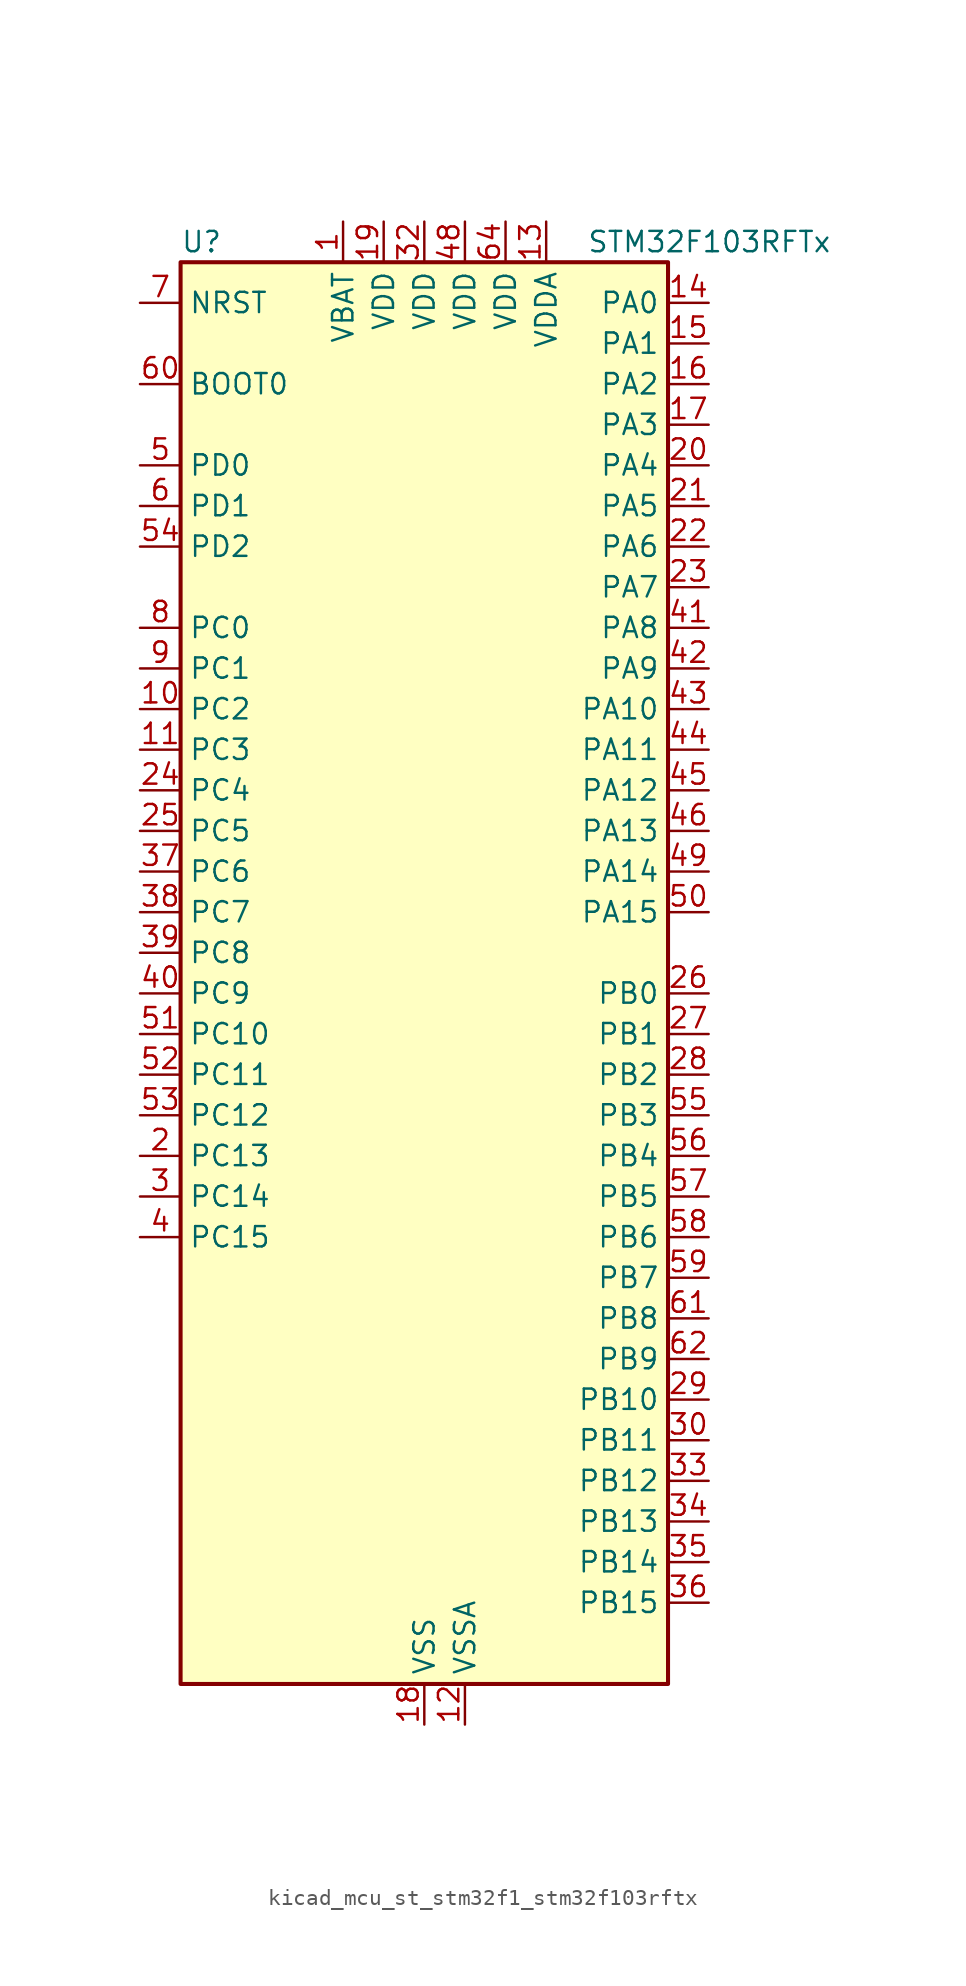
<source format=kicad_sym>
(kicad_symbol_lib
  (version 20220914)
  (generator kicad_symbol_editor)
  (symbol "kicad_mcu_st_stm32f1_stm32f103rftx"
    (property "Reference" "U"
      (at -15.24 46.99 0)
      (effects (font (size 1.27 1.27)) (justify left)))
    (property "Value" "STM32F103RFTx"
      (at 10.16 46.99 0)
      (effects (font (size 1.27 1.27)) (justify left)))
    (property "ki_locked" ""
      (at 0 0 0)
      (effects (font (size 1.27 1.27))))
    (symbol "kicad_mcu_st_stm32f1_stm32f103rftx_0_1"
      (rectangle (start -15.24 -43.18) (end 15.24 45.72) (stroke (width 0.254) (type default)) (fill (type background))))
    (symbol "kicad_mcu_st_stm32f1_stm32f103rftx_1_1"
      (pin power_in line (at -5.08 48.26 270) (length 2.54) (name "VBAT" (effects (font (size 1.27 1.27)))) (number "1" (effects (font (size 1.27 1.27)))))
      (pin bidirectional line (at -17.78 17.78 0) (length 2.54) (name "PC2" (effects (font (size 1.27 1.27)))) (number "10" (effects (font (size 1.27 1.27)))) (alternate "ADC1_IN12" bidirectional line) (alternate "ADC2_IN12" bidirectional line) (alternate "ADC3_IN12" bidirectional line))
      (pin bidirectional line (at -17.78 15.24 0) (length 2.54) (name "PC3" (effects (font (size 1.27 1.27)))) (number "11" (effects (font (size 1.27 1.27)))) (alternate "ADC1_IN13" bidirectional line) (alternate "ADC2_IN13" bidirectional line) (alternate "ADC3_IN13" bidirectional line))
      (pin power_in line (at 2.54 -45.72 90) (length 2.54) (name "VSSA" (effects (font (size 1.27 1.27)))) (number "12" (effects (font (size 1.27 1.27)))))
      (pin power_in line (at 7.62 48.26 270) (length 2.54) (name "VDDA" (effects (font (size 1.27 1.27)))) (number "13" (effects (font (size 1.27 1.27)))))
      (pin bidirectional line (at 17.78 43.18 180) (length 2.54) (name "PA0" (effects (font (size 1.27 1.27)))) (number "14" (effects (font (size 1.27 1.27)))) (alternate "ADC1_IN0" bidirectional line) (alternate "ADC2_IN0" bidirectional line) (alternate "ADC3_IN0" bidirectional line) (alternate "SYS_WKUP" bidirectional line) (alternate "TIM2_CH1" bidirectional line) (alternate "TIM2_ETR" bidirectional line) (alternate "TIM5_CH1" bidirectional line) (alternate "TIM8_ETR" bidirectional line) (alternate "USART2_CTS" bidirectional line))
      (pin bidirectional line (at 17.78 40.64 180) (length 2.54) (name "PA1" (effects (font (size 1.27 1.27)))) (number "15" (effects (font (size 1.27 1.27)))) (alternate "ADC1_IN1" bidirectional line) (alternate "ADC2_IN1" bidirectional line) (alternate "ADC3_IN1" bidirectional line) (alternate "TIM2_CH2" bidirectional line) (alternate "TIM5_CH2" bidirectional line) (alternate "USART2_RTS" bidirectional line))
      (pin bidirectional line (at 17.78 38.1 180) (length 2.54) (name "PA2" (effects (font (size 1.27 1.27)))) (number "16" (effects (font (size 1.27 1.27)))) (alternate "ADC1_IN2" bidirectional line) (alternate "ADC2_IN2" bidirectional line) (alternate "ADC3_IN2" bidirectional line) (alternate "TIM2_CH3" bidirectional line) (alternate "TIM5_CH3" bidirectional line) (alternate "TIM9_CH1" bidirectional line) (alternate "USART2_TX" bidirectional line))
      (pin bidirectional line (at 17.78 35.56 180) (length 2.54) (name "PA3" (effects (font (size 1.27 1.27)))) (number "17" (effects (font (size 1.27 1.27)))) (alternate "ADC1_IN3" bidirectional line) (alternate "ADC2_IN3" bidirectional line) (alternate "ADC3_IN3" bidirectional line) (alternate "TIM2_CH4" bidirectional line) (alternate "TIM5_CH4" bidirectional line) (alternate "TIM9_CH2" bidirectional line) (alternate "USART2_RX" bidirectional line))
      (pin power_in line (at 0 -45.72 90) (length 2.54) (name "VSS" (effects (font (size 1.27 1.27)))) (number "18" (effects (font (size 1.27 1.27)))))
      (pin power_in line (at -2.54 48.26 270) (length 2.54) (name "VDD" (effects (font (size 1.27 1.27)))) (number "19" (effects (font (size 1.27 1.27)))))
      (pin bidirectional line (at -17.78 -10.16 0) (length 2.54) (name "PC13" (effects (font (size 1.27 1.27)))) (number "2" (effects (font (size 1.27 1.27)))) (alternate "RTC_OUT" bidirectional line) (alternate "RTC_TAMPER" bidirectional line))
      (pin bidirectional line (at 17.78 33.02 180) (length 2.54) (name "PA4" (effects (font (size 1.27 1.27)))) (number "20" (effects (font (size 1.27 1.27)))) (alternate "ADC1_IN4" bidirectional line) (alternate "ADC2_IN4" bidirectional line) (alternate "DAC_OUT1" bidirectional line) (alternate "SPI1_NSS" bidirectional line) (alternate "USART2_CK" bidirectional line))
      (pin bidirectional line (at 17.78 30.48 180) (length 2.54) (name "PA5" (effects (font (size 1.27 1.27)))) (number "21" (effects (font (size 1.27 1.27)))) (alternate "ADC1_IN5" bidirectional line) (alternate "ADC2_IN5" bidirectional line) (alternate "DAC_OUT2" bidirectional line) (alternate "SPI1_SCK" bidirectional line))
      (pin bidirectional line (at 17.78 27.94 180) (length 2.54) (name "PA6" (effects (font (size 1.27 1.27)))) (number "22" (effects (font (size 1.27 1.27)))) (alternate "ADC1_IN6" bidirectional line) (alternate "ADC2_IN6" bidirectional line) (alternate "SPI1_MISO" bidirectional line) (alternate "TIM13_CH1" bidirectional line) (alternate "TIM1_BKIN" bidirectional line) (alternate "TIM3_CH1" bidirectional line) (alternate "TIM8_BKIN" bidirectional line))
      (pin bidirectional line (at 17.78 25.4 180) (length 2.54) (name "PA7" (effects (font (size 1.27 1.27)))) (number "23" (effects (font (size 1.27 1.27)))) (alternate "ADC1_IN7" bidirectional line) (alternate "ADC2_IN7" bidirectional line) (alternate "SPI1_MOSI" bidirectional line) (alternate "TIM14_CH1" bidirectional line) (alternate "TIM1_CH1N" bidirectional line) (alternate "TIM3_CH2" bidirectional line) (alternate "TIM8_CH1N" bidirectional line))
      (pin bidirectional line (at -17.78 12.7 0) (length 2.54) (name "PC4" (effects (font (size 1.27 1.27)))) (number "24" (effects (font (size 1.27 1.27)))) (alternate "ADC1_IN14" bidirectional line) (alternate "ADC2_IN14" bidirectional line))
      (pin bidirectional line (at -17.78 10.16 0) (length 2.54) (name "PC5" (effects (font (size 1.27 1.27)))) (number "25" (effects (font (size 1.27 1.27)))) (alternate "ADC1_IN15" bidirectional line) (alternate "ADC2_IN15" bidirectional line))
      (pin bidirectional line (at 17.78 0 180) (length 2.54) (name "PB0" (effects (font (size 1.27 1.27)))) (number "26" (effects (font (size 1.27 1.27)))) (alternate "ADC1_IN8" bidirectional line) (alternate "ADC2_IN8" bidirectional line) (alternate "TIM1_CH2N" bidirectional line) (alternate "TIM3_CH3" bidirectional line) (alternate "TIM8_CH2N" bidirectional line))
      (pin bidirectional line (at 17.78 -2.54 180) (length 2.54) (name "PB1" (effects (font (size 1.27 1.27)))) (number "27" (effects (font (size 1.27 1.27)))) (alternate "ADC1_IN9" bidirectional line) (alternate "ADC2_IN9" bidirectional line) (alternate "TIM1_CH3N" bidirectional line) (alternate "TIM3_CH4" bidirectional line) (alternate "TIM8_CH3N" bidirectional line))
      (pin bidirectional line (at 17.78 -5.08 180) (length 2.54) (name "PB2" (effects (font (size 1.27 1.27)))) (number "28" (effects (font (size 1.27 1.27)))))
      (pin bidirectional line (at 17.78 -25.4 180) (length 2.54) (name "PB10" (effects (font (size 1.27 1.27)))) (number "29" (effects (font (size 1.27 1.27)))) (alternate "I2C2_SCL" bidirectional line) (alternate "TIM2_CH3" bidirectional line) (alternate "USART3_TX" bidirectional line))
      (pin bidirectional line (at -17.78 -12.7 0) (length 2.54) (name "PC14" (effects (font (size 1.27 1.27)))) (number "3" (effects (font (size 1.27 1.27)))) (alternate "RCC_OSC32_IN" bidirectional line))
      (pin bidirectional line (at 17.78 -27.94 180) (length 2.54) (name "PB11" (effects (font (size 1.27 1.27)))) (number "30" (effects (font (size 1.27 1.27)))) (alternate "ADC1_EXTI11" bidirectional line) (alternate "ADC2_EXTI11" bidirectional line) (alternate "I2C2_SDA" bidirectional line) (alternate "TIM2_CH4" bidirectional line) (alternate "USART3_RX" bidirectional line))
      (pin passive line (at 0 -45.72 90) (length 2.54) hide (name "VSS" (effects (font (size 1.27 1.27)))) (number "31" (effects (font (size 1.27 1.27)))))
      (pin power_in line (at 0 48.26 270) (length 2.54) (name "VDD" (effects (font (size 1.27 1.27)))) (number "32" (effects (font (size 1.27 1.27)))))
      (pin bidirectional line (at 17.78 -30.48 180) (length 2.54) (name "PB12" (effects (font (size 1.27 1.27)))) (number "33" (effects (font (size 1.27 1.27)))) (alternate "I2C2_SMBA" bidirectional line) (alternate "I2S2_WS" bidirectional line) (alternate "SPI2_NSS" bidirectional line) (alternate "TIM1_BKIN" bidirectional line) (alternate "USART3_CK" bidirectional line))
      (pin bidirectional line (at 17.78 -33.02 180) (length 2.54) (name "PB13" (effects (font (size 1.27 1.27)))) (number "34" (effects (font (size 1.27 1.27)))) (alternate "I2S2_CK" bidirectional line) (alternate "SPI2_SCK" bidirectional line) (alternate "TIM1_CH1N" bidirectional line) (alternate "USART3_CTS" bidirectional line))
      (pin bidirectional line (at 17.78 -35.56 180) (length 2.54) (name "PB14" (effects (font (size 1.27 1.27)))) (number "35" (effects (font (size 1.27 1.27)))) (alternate "SPI2_MISO" bidirectional line) (alternate "TIM12_CH1" bidirectional line) (alternate "TIM1_CH2N" bidirectional line) (alternate "USART3_RTS" bidirectional line))
      (pin bidirectional line (at 17.78 -38.1 180) (length 2.54) (name "PB15" (effects (font (size 1.27 1.27)))) (number "36" (effects (font (size 1.27 1.27)))) (alternate "ADC1_EXTI15" bidirectional line) (alternate "ADC2_EXTI15" bidirectional line) (alternate "I2S2_SD" bidirectional line) (alternate "SPI2_MOSI" bidirectional line) (alternate "TIM12_CH2" bidirectional line) (alternate "TIM1_CH3N" bidirectional line))
      (pin bidirectional line (at -17.78 7.62 0) (length 2.54) (name "PC6" (effects (font (size 1.27 1.27)))) (number "37" (effects (font (size 1.27 1.27)))) (alternate "I2S2_MCK" bidirectional line) (alternate "SDIO_D6" bidirectional line) (alternate "TIM3_CH1" bidirectional line) (alternate "TIM8_CH1" bidirectional line))
      (pin bidirectional line (at -17.78 5.08 0) (length 2.54) (name "PC7" (effects (font (size 1.27 1.27)))) (number "38" (effects (font (size 1.27 1.27)))) (alternate "I2S3_MCK" bidirectional line) (alternate "SDIO_D7" bidirectional line) (alternate "TIM3_CH2" bidirectional line) (alternate "TIM8_CH2" bidirectional line))
      (pin bidirectional line (at -17.78 2.54 0) (length 2.54) (name "PC8" (effects (font (size 1.27 1.27)))) (number "39" (effects (font (size 1.27 1.27)))) (alternate "SDIO_D0" bidirectional line) (alternate "TIM3_CH3" bidirectional line) (alternate "TIM8_CH3" bidirectional line))
      (pin bidirectional line (at -17.78 -15.24 0) (length 2.54) (name "PC15" (effects (font (size 1.27 1.27)))) (number "4" (effects (font (size 1.27 1.27)))) (alternate "ADC1_EXTI15" bidirectional line) (alternate "ADC2_EXTI15" bidirectional line) (alternate "RCC_OSC32_OUT" bidirectional line))
      (pin bidirectional line (at -17.78 0 0) (length 2.54) (name "PC9" (effects (font (size 1.27 1.27)))) (number "40" (effects (font (size 1.27 1.27)))) (alternate "DAC_EXTI9" bidirectional line) (alternate "SDIO_D1" bidirectional line) (alternate "TIM3_CH4" bidirectional line) (alternate "TIM8_CH4" bidirectional line))
      (pin bidirectional line (at 17.78 22.86 180) (length 2.54) (name "PA8" (effects (font (size 1.27 1.27)))) (number "41" (effects (font (size 1.27 1.27)))) (alternate "RCC_MCO" bidirectional line) (alternate "TIM1_CH1" bidirectional line) (alternate "USART1_CK" bidirectional line))
      (pin bidirectional line (at 17.78 20.32 180) (length 2.54) (name "PA9" (effects (font (size 1.27 1.27)))) (number "42" (effects (font (size 1.27 1.27)))) (alternate "DAC_EXTI9" bidirectional line) (alternate "TIM1_CH2" bidirectional line) (alternate "USART1_TX" bidirectional line))
      (pin bidirectional line (at 17.78 17.78 180) (length 2.54) (name "PA10" (effects (font (size 1.27 1.27)))) (number "43" (effects (font (size 1.27 1.27)))) (alternate "TIM1_CH3" bidirectional line) (alternate "USART1_RX" bidirectional line))
      (pin bidirectional line (at 17.78 15.24 180) (length 2.54) (name "PA11" (effects (font (size 1.27 1.27)))) (number "44" (effects (font (size 1.27 1.27)))) (alternate "ADC1_EXTI11" bidirectional line) (alternate "ADC2_EXTI11" bidirectional line) (alternate "CAN_RX" bidirectional line) (alternate "TIM1_CH4" bidirectional line) (alternate "USART1_CTS" bidirectional line) (alternate "USB_DM" bidirectional line))
      (pin bidirectional line (at 17.78 12.7 180) (length 2.54) (name "PA12" (effects (font (size 1.27 1.27)))) (number "45" (effects (font (size 1.27 1.27)))) (alternate "CAN_TX" bidirectional line) (alternate "TIM1_ETR" bidirectional line) (alternate "USART1_RTS" bidirectional line) (alternate "USB_DP" bidirectional line))
      (pin bidirectional line (at 17.78 10.16 180) (length 2.54) (name "PA13" (effects (font (size 1.27 1.27)))) (number "46" (effects (font (size 1.27 1.27)))) (alternate "SYS_JTMS-SWDIO" bidirectional line))
      (pin passive line (at 0 -45.72 90) (length 2.54) hide (name "VSS" (effects (font (size 1.27 1.27)))) (number "47" (effects (font (size 1.27 1.27)))))
      (pin power_in line (at 2.54 48.26 270) (length 2.54) (name "VDD" (effects (font (size 1.27 1.27)))) (number "48" (effects (font (size 1.27 1.27)))))
      (pin bidirectional line (at 17.78 7.62 180) (length 2.54) (name "PA14" (effects (font (size 1.27 1.27)))) (number "49" (effects (font (size 1.27 1.27)))) (alternate "SYS_JTCK-SWCLK" bidirectional line))
      (pin bidirectional line (at -17.78 33.02 0) (length 2.54) (name "PD0" (effects (font (size 1.27 1.27)))) (number "5" (effects (font (size 1.27 1.27)))) (alternate "RCC_OSC_IN" bidirectional line))
      (pin bidirectional line (at 17.78 5.08 180) (length 2.54) (name "PA15" (effects (font (size 1.27 1.27)))) (number "50" (effects (font (size 1.27 1.27)))) (alternate "ADC1_EXTI15" bidirectional line) (alternate "ADC2_EXTI15" bidirectional line) (alternate "I2S3_WS" bidirectional line) (alternate "SPI1_NSS" bidirectional line) (alternate "SPI3_NSS" bidirectional line) (alternate "SYS_JTDI" bidirectional line) (alternate "TIM2_CH1" bidirectional line) (alternate "TIM2_ETR" bidirectional line))
      (pin bidirectional line (at -17.78 -2.54 0) (length 2.54) (name "PC10" (effects (font (size 1.27 1.27)))) (number "51" (effects (font (size 1.27 1.27)))) (alternate "SDIO_D2" bidirectional line) (alternate "UART4_TX" bidirectional line) (alternate "USART3_TX" bidirectional line))
      (pin bidirectional line (at -17.78 -5.08 0) (length 2.54) (name "PC11" (effects (font (size 1.27 1.27)))) (number "52" (effects (font (size 1.27 1.27)))) (alternate "ADC1_EXTI11" bidirectional line) (alternate "ADC2_EXTI11" bidirectional line) (alternate "SDIO_D3" bidirectional line) (alternate "UART4_RX" bidirectional line) (alternate "USART3_RX" bidirectional line))
      (pin bidirectional line (at -17.78 -7.62 0) (length 2.54) (name "PC12" (effects (font (size 1.27 1.27)))) (number "53" (effects (font (size 1.27 1.27)))) (alternate "SDIO_CK" bidirectional line) (alternate "UART5_TX" bidirectional line) (alternate "USART3_CK" bidirectional line))
      (pin bidirectional line (at -17.78 27.94 0) (length 2.54) (name "PD2" (effects (font (size 1.27 1.27)))) (number "54" (effects (font (size 1.27 1.27)))) (alternate "SDIO_CMD" bidirectional line) (alternate "TIM3_ETR" bidirectional line) (alternate "UART5_RX" bidirectional line))
      (pin bidirectional line (at 17.78 -7.62 180) (length 2.54) (name "PB3" (effects (font (size 1.27 1.27)))) (number "55" (effects (font (size 1.27 1.27)))) (alternate "I2S3_CK" bidirectional line) (alternate "SPI1_SCK" bidirectional line) (alternate "SPI3_SCK" bidirectional line) (alternate "SYS_JTDO-TRACESWO" bidirectional line) (alternate "TIM2_CH2" bidirectional line))
      (pin bidirectional line (at 17.78 -10.16 180) (length 2.54) (name "PB4" (effects (font (size 1.27 1.27)))) (number "56" (effects (font (size 1.27 1.27)))) (alternate "SPI1_MISO" bidirectional line) (alternate "SPI3_MISO" bidirectional line) (alternate "SYS_NJTRST" bidirectional line) (alternate "TIM3_CH1" bidirectional line))
      (pin bidirectional line (at 17.78 -12.7 180) (length 2.54) (name "PB5" (effects (font (size 1.27 1.27)))) (number "57" (effects (font (size 1.27 1.27)))) (alternate "I2C1_SMBA" bidirectional line) (alternate "I2S3_SD" bidirectional line) (alternate "SPI1_MOSI" bidirectional line) (alternate "SPI3_MOSI" bidirectional line) (alternate "TIM3_CH2" bidirectional line))
      (pin bidirectional line (at 17.78 -15.24 180) (length 2.54) (name "PB6" (effects (font (size 1.27 1.27)))) (number "58" (effects (font (size 1.27 1.27)))) (alternate "I2C1_SCL" bidirectional line) (alternate "TIM4_CH1" bidirectional line) (alternate "USART1_TX" bidirectional line))
      (pin bidirectional line (at 17.78 -17.78 180) (length 2.54) (name "PB7" (effects (font (size 1.27 1.27)))) (number "59" (effects (font (size 1.27 1.27)))) (alternate "I2C1_SDA" bidirectional line) (alternate "TIM4_CH2" bidirectional line) (alternate "USART1_RX" bidirectional line))
      (pin bidirectional line (at -17.78 30.48 0) (length 2.54) (name "PD1" (effects (font (size 1.27 1.27)))) (number "6" (effects (font (size 1.27 1.27)))) (alternate "RCC_OSC_OUT" bidirectional line))
      (pin input line (at -17.78 38.1 0) (length 2.54) (name "BOOT0" (effects (font (size 1.27 1.27)))) (number "60" (effects (font (size 1.27 1.27)))))
      (pin bidirectional line (at 17.78 -20.32 180) (length 2.54) (name "PB8" (effects (font (size 1.27 1.27)))) (number "61" (effects (font (size 1.27 1.27)))) (alternate "CAN_RX" bidirectional line) (alternate "I2C1_SCL" bidirectional line) (alternate "SDIO_D4" bidirectional line) (alternate "TIM10_CH1" bidirectional line) (alternate "TIM4_CH3" bidirectional line))
      (pin bidirectional line (at 17.78 -22.86 180) (length 2.54) (name "PB9" (effects (font (size 1.27 1.27)))) (number "62" (effects (font (size 1.27 1.27)))) (alternate "CAN_TX" bidirectional line) (alternate "DAC_EXTI9" bidirectional line) (alternate "I2C1_SDA" bidirectional line) (alternate "SDIO_D5" bidirectional line) (alternate "TIM11_CH1" bidirectional line) (alternate "TIM4_CH4" bidirectional line))
      (pin passive line (at 0 -45.72 90) (length 2.54) hide (name "VSS" (effects (font (size 1.27 1.27)))) (number "63" (effects (font (size 1.27 1.27)))))
      (pin power_in line (at 5.08 48.26 270) (length 2.54) (name "VDD" (effects (font (size 1.27 1.27)))) (number "64" (effects (font (size 1.27 1.27)))))
      (pin input line (at -17.78 43.18 0) (length 2.54) (name "NRST" (effects (font (size 1.27 1.27)))) (number "7" (effects (font (size 1.27 1.27)))))
      (pin bidirectional line (at -17.78 22.86 0) (length 2.54) (name "PC0" (effects (font (size 1.27 1.27)))) (number "8" (effects (font (size 1.27 1.27)))) (alternate "ADC1_IN10" bidirectional line) (alternate "ADC2_IN10" bidirectional line) (alternate "ADC3_IN10" bidirectional line))
      (pin bidirectional line (at -17.78 20.32 0) (length 2.54) (name "PC1" (effects (font (size 1.27 1.27)))) (number "9" (effects (font (size 1.27 1.27)))) (alternate "ADC1_IN11" bidirectional line) (alternate "ADC2_IN11" bidirectional line) (alternate "ADC3_IN11" bidirectional line)))))
</source>
